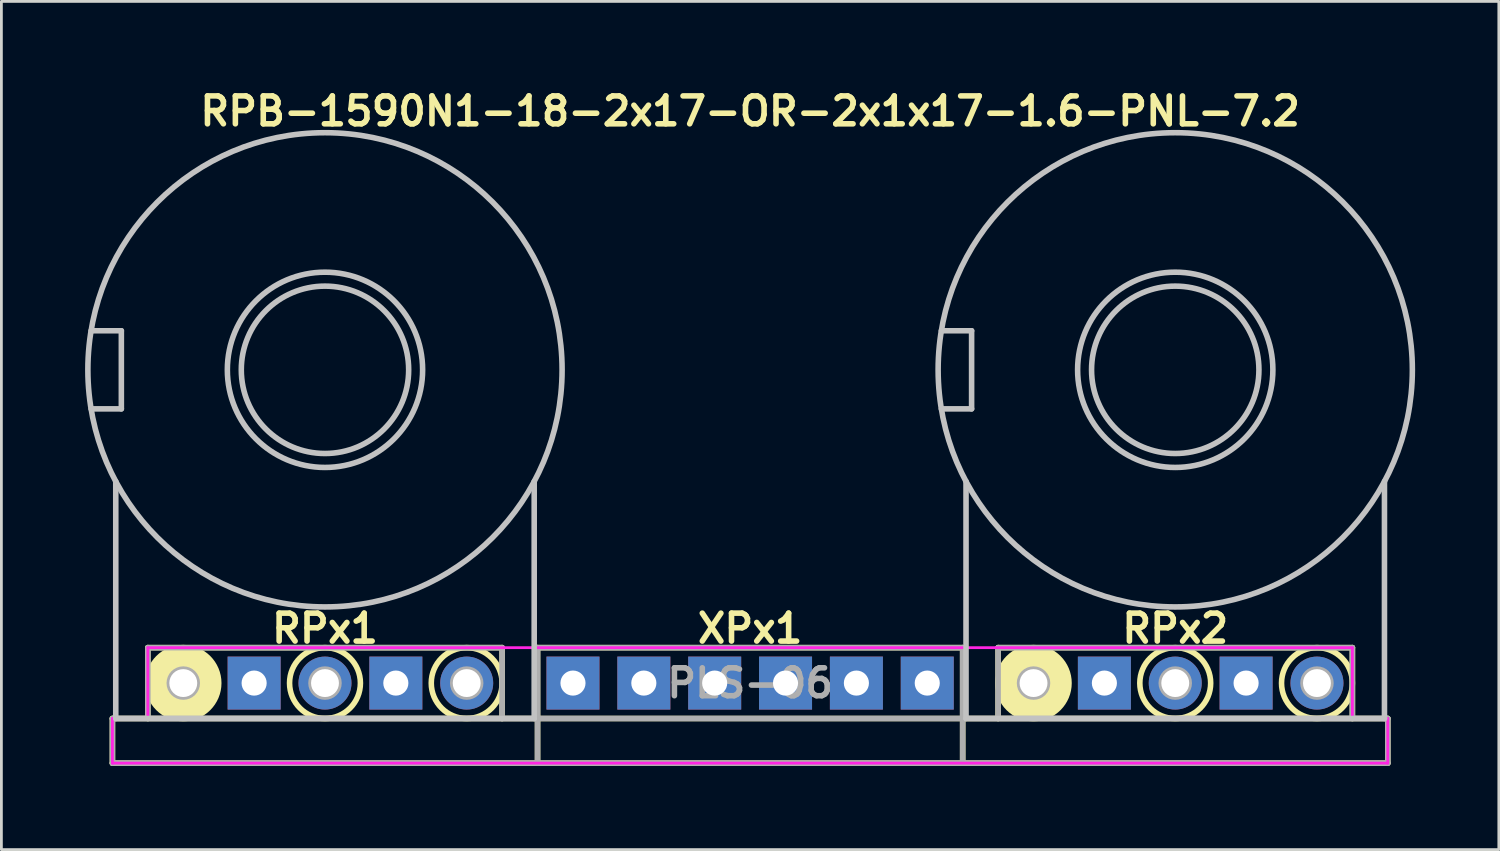
<source format=kicad_pcb>
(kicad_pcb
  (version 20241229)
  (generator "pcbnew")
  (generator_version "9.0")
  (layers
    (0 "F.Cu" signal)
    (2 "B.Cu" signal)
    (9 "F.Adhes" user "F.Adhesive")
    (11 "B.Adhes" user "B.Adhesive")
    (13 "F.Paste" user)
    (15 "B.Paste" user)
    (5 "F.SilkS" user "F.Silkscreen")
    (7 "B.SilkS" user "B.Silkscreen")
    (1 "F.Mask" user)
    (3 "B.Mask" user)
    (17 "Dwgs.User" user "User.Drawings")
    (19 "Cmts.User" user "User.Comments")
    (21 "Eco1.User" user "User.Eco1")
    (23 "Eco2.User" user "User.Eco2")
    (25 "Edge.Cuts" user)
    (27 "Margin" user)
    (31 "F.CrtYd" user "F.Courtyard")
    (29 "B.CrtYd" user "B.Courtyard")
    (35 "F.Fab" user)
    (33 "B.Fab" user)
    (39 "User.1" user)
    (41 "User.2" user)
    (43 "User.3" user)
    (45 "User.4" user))
  (footprint "RPB-1590N1-18-2x17-OR-2x1x17-1.6-PNL-7.2"
    (layer "F.Cu")
    (at 23.84 10.207)
    (property "Reference" "RPB-1590N1-18-2x17-OR-2x1x17-1.6-PNL-7.2" (at 0 -9.271 0) (layer "F.SilkS") (effects (font (size 1 1) (thickness 0.2))))
    (attr through_hole)
    (fp_line (start -22.86 12.5) (end -22.86 14.1) (stroke (width 0.2) (type solid)) (layer "F.SilkS"))
    (fp_line (start -22.86 12.5) (end 22.86 12.5) (stroke (width 0.2) (type solid)) (layer "F.SilkS"))
    (fp_line (start -22.86 14.1) (end 22.86 14.1) (stroke (width 0.2) (type solid)) (layer "F.SilkS"))
    (fp_line (start -21.59 9.96) (end -21.59 12.5) (stroke (width 0.2) (type solid)) (layer "F.SilkS"))
    (fp_line (start -21.59 9.96) (end -8.89 9.96) (stroke (width 0.2) (type solid)) (layer "F.SilkS"))
    (fp_line (start -8.89 9.96) (end -8.89 12.5) (stroke (width 0.2) (type solid)) (layer "F.SilkS"))
    (fp_line (start -7.62 9.96) (end -7.62 12.5) (stroke (width 0.2) (type solid)) (layer "F.SilkS"))
    (fp_line (start -7.62 9.96) (end 7.62 9.96) (stroke (width 0.2) (type solid)) (layer "F.SilkS"))
    (fp_line (start -7.62 12.5) (end -7.62 14.1) (stroke (width 0.2) (type solid)) (layer "F.SilkS"))
    (fp_line (start 7.62 9.96) (end 7.62 12.5) (stroke (width 0.2) (type solid)) (layer "F.SilkS"))
    (fp_line (start 7.62 12.5) (end 7.62 14.1) (stroke (width 0.2) (type solid)) (layer "F.SilkS"))
    (fp_line (start 8.89 9.96) (end 8.89 12.5) (stroke (width 0.2) (type solid)) (layer "F.SilkS"))
    (fp_line (start 8.89 9.96) (end 21.59 9.96) (stroke (width 0.2) (type solid)) (layer "F.SilkS"))
    (fp_line (start 21.59 9.96) (end 21.59 12.5) (stroke (width 0.2) (type solid)) (layer "F.SilkS"))
    (fp_line (start 22.86 12.5) (end 22.86 14.1) (stroke (width 0.2) (type solid)) (layer "F.SilkS"))
    (fp_circle (center -20.32 11.23) (end -19.635 11.23) (stroke (width 1.37) (type solid)) (fill no) (layer "F.SilkS"))
    (fp_circle (center -15.24 11.23) (end -13.97 11.23) (stroke (width 0.2) (type solid)) (fill no) (layer "F.SilkS"))
    (fp_circle (center -10.16 11.23) (end -8.89 11.23) (stroke (width 0.2) (type solid)) (fill no) (layer "F.SilkS"))
    (fp_circle (center 10.16 11.23) (end 10.845 11.23) (stroke (width 1.37) (type solid)) (fill no) (layer "F.SilkS"))
    (fp_circle (center 15.24 11.23) (end 16.51 11.23) (stroke (width 0.2) (type solid)) (fill no) (layer "F.SilkS"))
    (fp_circle (center 20.32 11.23) (end 21.59 11.23) (stroke (width 0.2) (type solid)) (fill no) (layer "F.SilkS"))
    (fp_line (start -23.624 -1.4) (end -22.54 -1.4) (stroke (width 0.2) (type solid)) (layer "Dwgs.User"))
    (fp_line (start -23.624 1.4) (end -22.54 1.4) (stroke (width 0.2) (type solid)) (layer "Dwgs.User"))
    (fp_line (start -22.74 4) (end -22.74 12.5) (stroke (width 0.2) (type solid)) (layer "Dwgs.User"))
    (fp_line (start -22.74 12.5) (end -7.74 12.5) (stroke (width 0.2) (type solid)) (layer "Dwgs.User"))
    (fp_line (start -22.54 -1.4) (end -22.54 1.4) (stroke (width 0.2) (type solid)) (layer "Dwgs.User"))
    (fp_line (start -7.74 4) (end -7.74 12.5) (stroke (width 0.2) (type solid)) (layer "Dwgs.User"))
    (fp_line (start 6.856 -1.4) (end 7.94 -1.4) (stroke (width 0.2) (type solid)) (layer "Dwgs.User"))
    (fp_line (start 6.856 1.4) (end 7.94 1.4) (stroke (width 0.2) (type solid)) (layer "Dwgs.User"))
    (fp_line (start 7.74 4) (end 7.74 12.5) (stroke (width 0.2) (type solid)) (layer "Dwgs.User"))
    (fp_line (start 7.74 12.5) (end 22.74 12.5) (stroke (width 0.2) (type solid)) (layer "Dwgs.User"))
    (fp_line (start 7.94 -1.4) (end 7.94 1.4) (stroke (width 0.2) (type solid)) (layer "Dwgs.User"))
    (fp_line (start 22.74 4) (end 22.74 12.5) (stroke (width 0.2) (type solid)) (layer "Dwgs.User"))
    (fp_circle (center -15.24 0) (end -12.24 0) (stroke (width 0.2) (type solid)) (fill no) (layer "Dwgs.User"))
    (fp_circle (center -15.24 0) (end -11.74 0) (stroke (width 0.2) (type solid)) (fill no) (layer "Dwgs.User"))
    (fp_circle (center -15.24 0) (end -6.74 0) (stroke (width 0.2) (type solid)) (fill no) (layer "Dwgs.User"))
    (fp_circle (center 15.24 0) (end 18.24 0) (stroke (width 0.2) (type solid)) (fill no) (layer "Dwgs.User"))
    (fp_circle (center 15.24 0) (end 18.74 0) (stroke (width 0.2) (type solid)) (fill no) (layer "Dwgs.User"))
    (fp_circle (center 15.24 0) (end 23.74 0) (stroke (width 0.2) (type solid)) (fill no) (layer "Dwgs.User"))
    (fp_circle (center -15.24 0) (end -11.64 0) (stroke (width 0.4) (type solid)) (fill no) (layer "Eco1.User"))
    (fp_circle (center 15.24 0) (end 18.84 0) (stroke (width 0.4) (type solid)) (fill no) (layer "Eco1.User"))
    (fp_line (start -22.86 12.5) (end -22.86 14.1) (stroke (width 0.1) (type solid)) (layer "F.CrtYd"))
    (fp_line (start -22.86 12.5) (end -21.59 12.5) (stroke (width 0.1) (type solid)) (layer "F.CrtYd"))
    (fp_line (start -22.86 14.1) (end 22.86 14.1) (stroke (width 0.1) (type solid)) (layer "F.CrtYd"))
    (fp_line (start -21.59 9.96) (end -21.59 12.5) (stroke (width 0.1) (type solid)) (layer "F.CrtYd"))
    (fp_line (start -21.59 9.96) (end 21.59 9.96) (stroke (width 0.1) (type solid)) (layer "F.CrtYd"))
    (fp_line (start 21.59 9.96) (end 21.59 12.5) (stroke (width 0.1) (type solid)) (layer "F.CrtYd"))
    (fp_line (start 21.59 12.5) (end 22.86 12.5) (stroke (width 0.1) (type solid)) (layer "F.CrtYd"))
    (fp_line (start 22.86 12.5) (end 22.86 14.1) (stroke (width 0.1) (type solid)) (layer "F.CrtYd"))
    (fp_line (start -22.86 12.5) (end -22.86 14.1) (stroke (width 0.2) (type solid)) (layer "F.Fab"))
    (fp_line (start -22.86 12.5) (end 22.86 12.5) (stroke (width 0.2) (type solid)) (layer "F.Fab"))
    (fp_line (start -22.86 14.1) (end 22.86 14.1) (stroke (width 0.2) (type solid)) (layer "F.Fab"))
    (fp_line (start -21.59 9.96) (end -21.59 12.5) (stroke (width 0.2) (type solid)) (layer "F.Fab"))
    (fp_line (start -21.59 9.96) (end -8.89 9.96) (stroke (width 0.2) (type solid)) (layer "F.Fab"))
    (fp_line (start -8.89 9.96) (end -8.89 12.5) (stroke (width 0.2) (type solid)) (layer "F.Fab"))
    (fp_line (start -7.62 9.96) (end -7.62 12.5) (stroke (width 0.2) (type solid)) (layer "F.Fab"))
    (fp_line (start -7.62 9.96) (end 7.62 9.96) (stroke (width 0.2) (type solid)) (layer "F.Fab"))
    (fp_line (start -7.62 12.5) (end -7.62 14.1) (stroke (width 0.2) (type solid)) (layer "F.Fab"))
    (fp_line (start 7.62 9.96) (end 7.62 12.5) (stroke (width 0.2) (type solid)) (layer "F.Fab"))
    (fp_line (start 7.62 12.5) (end 7.62 14.1) (stroke (width 0.2) (type solid)) (layer "F.Fab"))
    (fp_line (start 8.89 9.96) (end 8.89 12.5) (stroke (width 0.2) (type solid)) (layer "F.Fab"))
    (fp_line (start 8.89 9.96) (end 21.59 9.96) (stroke (width 0.2) (type solid)) (layer "F.Fab"))
    (fp_line (start 21.59 9.96) (end 21.59 12.5) (stroke (width 0.2) (type solid)) (layer "F.Fab"))
    (fp_line (start 22.86 12.5) (end 22.86 14.1) (stroke (width 0.2) (type solid)) (layer "F.Fab"))
    (fp_circle (center -20.32 11.23) (end -19.82 11.23) (stroke (width 0.2) (type solid)) (fill no) (layer "F.Fab"))
    (fp_circle (center -15.24 11.23) (end -14.74 11.23) (stroke (width 0.2) (type solid)) (fill no) (layer "F.Fab"))
    (fp_circle (center -10.16 11.23) (end -9.66 11.23) (stroke (width 0.2) (type solid)) (fill no) (layer "F.Fab"))
    (fp_circle (center 10.16 11.23) (end 10.66 11.23) (stroke (width 0.2) (type solid)) (fill no) (layer "F.Fab"))
    (fp_circle (center 15.24 11.23) (end 15.74 11.23) (stroke (width 0.2) (type solid)) (fill no) (layer "F.Fab"))
    (fp_circle (center 20.32 11.23) (end 20.82 11.23) (stroke (width 0.2) (type solid)) (fill no) (layer "F.Fab"))
    (fp_text user "XPx1" (at 0 9.271 0) (layer "F.SilkS") (effects (font (size 1 1) (thickness 0.2))))
    (fp_text user "RPx2" (at 15.24 9.271 0) (layer "F.SilkS") (effects (font (size 1 1) (thickness 0.2))))
    (fp_text user "RPx1" (at -15.24 9.271 0) (layer "F.SilkS") (effects (font (size 1 1) (thickness 0.2))))
    (fp_text user "PLS-06" (at 0 11.23 0) (layer "F.Fab") (effects (font (size 1 1) (thickness 0.2))))
    (pad "11" thru_hole circle (at -20.32 11.23) (size 1.9 1.9) (drill 1) (layers "*.Cu" "*.Mask"))
    (pad "11" thru_hole rect (at -1.27 11.23) (size 1.9 1.9) (drill 0.9) (layers "*.Cu" "*.Mask"))
    (pad "12" thru_hole circle (at -15.24 11.23) (size 1.9 1.9) (drill 1) (layers "*.Cu" "*.Mask"))
    (pad "12" thru_hole rect (at -3.81 11.23) (size 1.9 1.9) (drill 0.9) (layers "*.Cu" "*.Mask"))
    (pad "13" thru_hole circle (at -10.16 11.23) (size 1.9 1.9) (drill 1) (layers "*.Cu" "*.Mask"))
    (pad "13" thru_hole rect (at -6.35 11.23) (size 1.9 1.9) (drill 0.9) (layers "*.Cu" "*.Mask"))
    (pad "21" thru_hole rect (at 6.35 11.23) (size 1.9 1.9) (drill 0.9) (layers "*.Cu" "*.Mask"))
    (pad "21" thru_hole circle (at 10.16 11.23) (size 1.9 1.9) (drill 1) (layers "*.Cu" "*.Mask"))
    (pad "22" thru_hole rect (at 3.81 11.23) (size 1.9 1.9) (drill 0.9) (layers "*.Cu" "*.Mask"))
    (pad "22" thru_hole circle (at 15.24 11.23) (size 1.9 1.9) (drill 1) (layers "*.Cu" "*.Mask"))
    (pad "23" thru_hole rect (at 1.27 11.23) (size 1.9 1.9) (drill 0.9) (layers "*.Cu" "*.Mask"))
    (pad "23" thru_hole circle (at 20.32 11.23) (size 1.9 1.9) (drill 1) (layers "*.Cu" "*.Mask"))
    (pad "NC1" thru_hole rect (at -17.78 11.23) (size 1.9 1.9) (drill 0.9) (layers "*.Cu" "*.Mask"))
    (pad "NC2" thru_hole rect (at -12.7 11.23) (size 1.9 1.9) (drill 0.9) (layers "*.Cu" "*.Mask"))
    (pad "NC3" thru_hole rect (at 12.7 11.23) (size 1.9 1.9) (drill 0.9) (layers "*.Cu" "*.Mask"))
    (pad "NC4" thru_hole rect (at 17.78 11.23) (size 1.9 1.9) (drill 0.9) (layers "*.Cu" "*.Mask")))
  (gr_rect
    (start -3 -3)
    (end 50.68 27.407)
    (stroke (width 0.1) (type default))
    (fill no)
    (layer "Edge.Cuts")))
</source>
